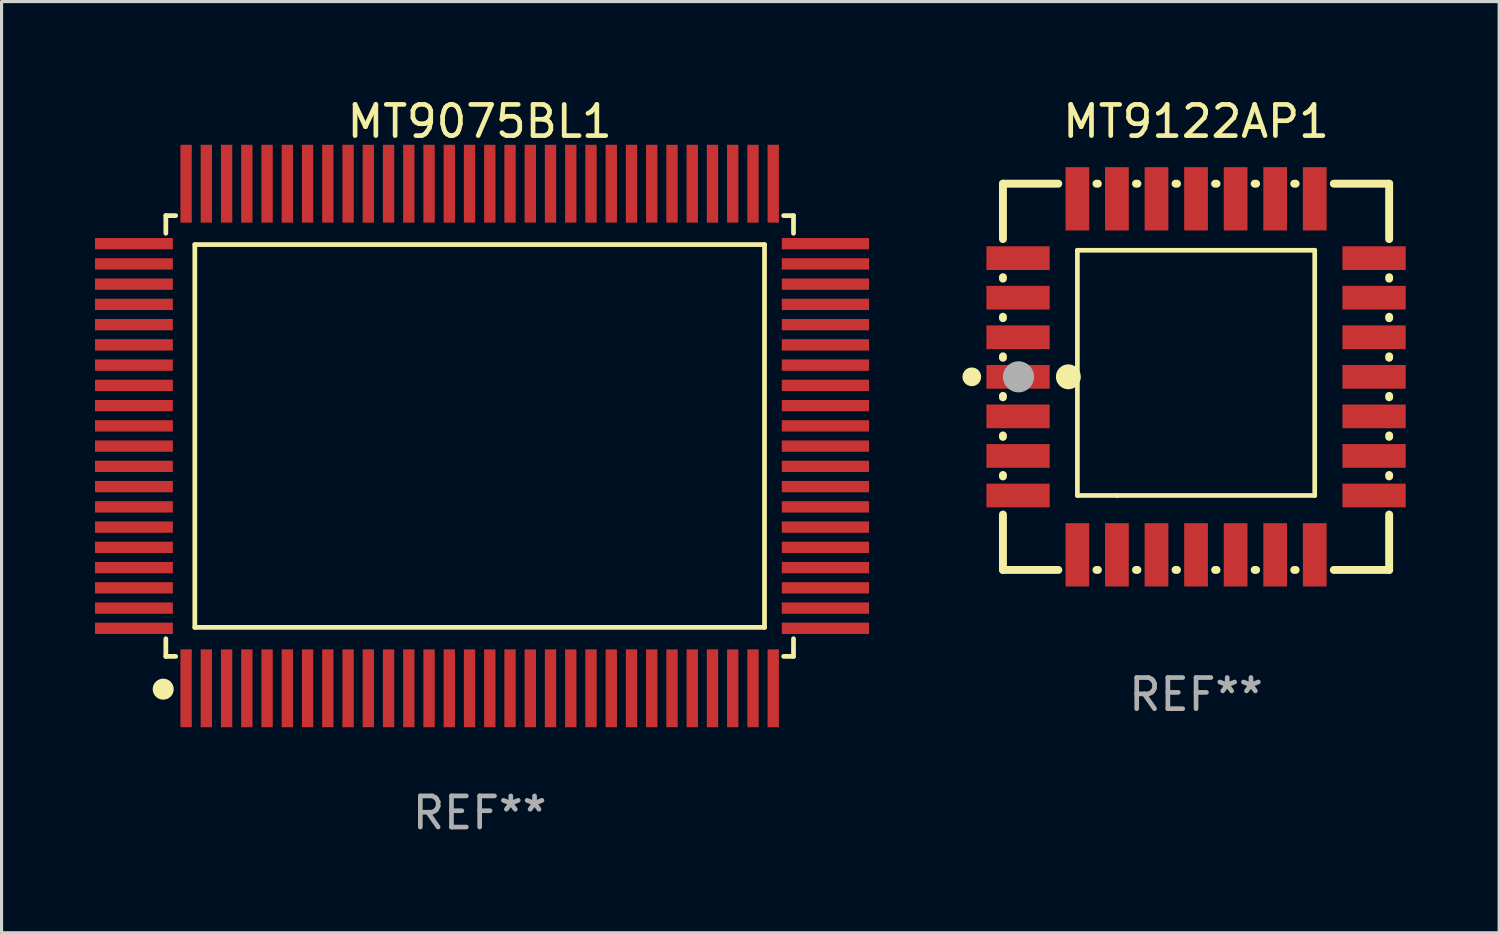
<source format=kicad_pcb>
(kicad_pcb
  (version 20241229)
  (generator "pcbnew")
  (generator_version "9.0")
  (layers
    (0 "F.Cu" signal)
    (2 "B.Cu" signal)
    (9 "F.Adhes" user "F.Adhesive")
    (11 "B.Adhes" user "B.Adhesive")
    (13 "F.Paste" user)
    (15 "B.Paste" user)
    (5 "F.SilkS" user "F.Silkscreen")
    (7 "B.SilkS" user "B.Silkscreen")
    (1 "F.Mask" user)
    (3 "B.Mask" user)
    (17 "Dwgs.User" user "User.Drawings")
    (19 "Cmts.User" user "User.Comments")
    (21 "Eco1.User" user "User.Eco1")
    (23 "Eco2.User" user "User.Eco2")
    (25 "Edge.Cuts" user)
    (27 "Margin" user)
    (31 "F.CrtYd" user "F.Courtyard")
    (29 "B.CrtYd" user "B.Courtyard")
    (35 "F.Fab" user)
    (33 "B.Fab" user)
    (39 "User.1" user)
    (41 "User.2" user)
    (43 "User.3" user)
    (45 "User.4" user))
  (footprint "MT9075BL1"
    (layer "F.Cu")
    (at 12.35 10.948)
    (property "Reference" "MT9075BL1" (at 0 -10.1 0) (layer "F.SilkS") (effects (font (size 1 1) (thickness 0.15))))
    (attr through_hole)
    (fp_line (start -10.076 -7.076) (end -10.076 -6.509) (stroke (width 0.152) (type solid)) (layer "F.SilkS"))
    (fp_line (start -10.076 7.076) (end -10.076 6.509) (stroke (width 0.152) (type solid)) (layer "F.SilkS"))
    (fp_line (start -9.759 -7.076) (end -10.076 -7.076) (stroke (width 0.152) (type solid)) (layer "F.SilkS"))
    (fp_line (start -9.759 7.076) (end -10.076 7.076) (stroke (width 0.152) (type solid)) (layer "F.SilkS"))
    (fp_line (start -9.145 -6.145) (end 9.145 -6.145) (stroke (width 0.152) (type solid)) (layer "F.SilkS"))
    (fp_line (start -9.145 6.145) (end -9.145 -6.145) (stroke (width 0.152) (type solid)) (layer "F.SilkS"))
    (fp_line (start 9.145 -6.145) (end 9.145 6.145) (stroke (width 0.152) (type solid)) (layer "F.SilkS"))
    (fp_line (start 9.145 6.145) (end -9.145 6.145) (stroke (width 0.152) (type solid)) (layer "F.SilkS"))
    (fp_line (start 9.759 -7.076) (end 10.076 -7.076) (stroke (width 0.152) (type solid)) (layer "F.SilkS"))
    (fp_line (start 9.759 7.076) (end 10.076 7.076) (stroke (width 0.152) (type solid)) (layer "F.SilkS"))
    (fp_line (start 10.076 -7.076) (end 10.076 -6.509) (stroke (width 0.152) (type solid)) (layer "F.SilkS"))
    (fp_line (start 10.076 7.076) (end 10.076 6.509) (stroke (width 0.152) (type solid)) (layer "F.SilkS"))
    (fp_circle (center -10.16 8.128) (end -9.991 8.128) (stroke (width 0.337) (type solid)) (fill no) (layer "F.SilkS"))
    (fp_text user "REF**" (at 0 12.1 0) (layer "F.Fab") (effects (font (size 1 1) (thickness 0.15))))
    (pad "1" smd rect (at -9.425 8.1) (size 0.364 2.5) (layers "F.Cu" "F.Mask" "F.Paste"))
    (pad "2" smd rect (at -8.775 8.1) (size 0.364 2.5) (layers "F.Cu" "F.Mask" "F.Paste"))
    (pad "3" smd rect (at -8.125 8.1) (size 0.364 2.5) (layers "F.Cu" "F.Mask" "F.Paste"))
    (pad "4" smd rect (at -7.475 8.1) (size 0.364 2.5) (layers "F.Cu" "F.Mask" "F.Paste"))
    (pad "5" smd rect (at -6.825 8.1) (size 0.364 2.5) (layers "F.Cu" "F.Mask" "F.Paste"))
    (pad "6" smd rect (at -6.175 8.1) (size 0.364 2.5) (layers "F.Cu" "F.Mask" "F.Paste"))
    (pad "7" smd rect (at -5.525 8.1) (size 0.364 2.5) (layers "F.Cu" "F.Mask" "F.Paste"))
    (pad "8" smd rect (at -4.875 8.1) (size 0.364 2.5) (layers "F.Cu" "F.Mask" "F.Paste"))
    (pad "9" smd rect (at -4.225 8.1) (size 0.364 2.5) (layers "F.Cu" "F.Mask" "F.Paste"))
    (pad "10" smd rect (at -3.575 8.1) (size 0.364 2.5) (layers "F.Cu" "F.Mask" "F.Paste"))
    (pad "11" smd rect (at -2.925 8.1) (size 0.364 2.5) (layers "F.Cu" "F.Mask" "F.Paste"))
    (pad "12" smd rect (at -2.275 8.1) (size 0.364 2.5) (layers "F.Cu" "F.Mask" "F.Paste"))
    (pad "13" smd rect (at -1.625 8.1) (size 0.364 2.5) (layers "F.Cu" "F.Mask" "F.Paste"))
    (pad "14" smd rect (at -0.975 8.1) (size 0.364 2.5) (layers "F.Cu" "F.Mask" "F.Paste"))
    (pad "15" smd rect (at -0.325 8.1) (size 0.364 2.5) (layers "F.Cu" "F.Mask" "F.Paste"))
    (pad "16" smd rect (at 0.325 8.1) (size 0.364 2.5) (layers "F.Cu" "F.Mask" "F.Paste"))
    (pad "17" smd rect (at 0.975 8.1) (size 0.364 2.5) (layers "F.Cu" "F.Mask" "F.Paste"))
    (pad "18" smd rect (at 1.625 8.1) (size 0.364 2.5) (layers "F.Cu" "F.Mask" "F.Paste"))
    (pad "19" smd rect (at 2.275 8.1) (size 0.364 2.5) (layers "F.Cu" "F.Mask" "F.Paste"))
    (pad "20" smd rect (at 2.925 8.1) (size 0.364 2.5) (layers "F.Cu" "F.Mask" "F.Paste"))
    (pad "21" smd rect (at 3.575 8.1) (size 0.364 2.5) (layers "F.Cu" "F.Mask" "F.Paste"))
    (pad "22" smd rect (at 4.225 8.1) (size 0.364 2.5) (layers "F.Cu" "F.Mask" "F.Paste"))
    (pad "23" smd rect (at 4.875 8.1) (size 0.364 2.5) (layers "F.Cu" "F.Mask" "F.Paste"))
    (pad "24" smd rect (at 5.525 8.1) (size 0.364 2.5) (layers "F.Cu" "F.Mask" "F.Paste"))
    (pad "25" smd rect (at 6.175 8.1) (size 0.364 2.5) (layers "F.Cu" "F.Mask" "F.Paste"))
    (pad "26" smd rect (at 6.825 8.1) (size 0.364 2.5) (layers "F.Cu" "F.Mask" "F.Paste"))
    (pad "27" smd rect (at 7.475 8.1) (size 0.364 2.5) (layers "F.Cu" "F.Mask" "F.Paste"))
    (pad "28" smd rect (at 8.125 8.1) (size 0.364 2.5) (layers "F.Cu" "F.Mask" "F.Paste"))
    (pad "29" smd rect (at 8.775 8.1) (size 0.364 2.5) (layers "F.Cu" "F.Mask" "F.Paste"))
    (pad "30" smd rect (at 9.425 8.1) (size 0.364 2.5) (layers "F.Cu" "F.Mask" "F.Paste"))
    (pad "31" smd rect (at 11.1 6.175) (size 2.8 0.364) (layers "F.Cu" "F.Mask" "F.Paste"))
    (pad "32" smd rect (at 11.1 5.525) (size 2.8 0.364) (layers "F.Cu" "F.Mask" "F.Paste"))
    (pad "33" smd rect (at 11.1 4.875) (size 2.8 0.364) (layers "F.Cu" "F.Mask" "F.Paste"))
    (pad "34" smd rect (at 11.1 4.225) (size 2.8 0.364) (layers "F.Cu" "F.Mask" "F.Paste"))
    (pad "35" smd rect (at 11.1 3.575) (size 2.8 0.364) (layers "F.Cu" "F.Mask" "F.Paste"))
    (pad "36" smd rect (at 11.1 2.925) (size 2.8 0.364) (layers "F.Cu" "F.Mask" "F.Paste"))
    (pad "37" smd rect (at 11.1 2.275) (size 2.8 0.364) (layers "F.Cu" "F.Mask" "F.Paste"))
    (pad "38" smd rect (at 11.1 1.625) (size 2.8 0.364) (layers "F.Cu" "F.Mask" "F.Paste"))
    (pad "39" smd rect (at 11.1 0.975) (size 2.8 0.364) (layers "F.Cu" "F.Mask" "F.Paste"))
    (pad "40" smd rect (at 11.1 0.325) (size 2.8 0.364) (layers "F.Cu" "F.Mask" "F.Paste"))
    (pad "41" smd rect (at 11.1 -0.325) (size 2.8 0.364) (layers "F.Cu" "F.Mask" "F.Paste"))
    (pad "42" smd rect (at 11.1 -0.975) (size 2.8 0.364) (layers "F.Cu" "F.Mask" "F.Paste"))
    (pad "43" smd rect (at 11.1 -1.625) (size 2.8 0.364) (layers "F.Cu" "F.Mask" "F.Paste"))
    (pad "44" smd rect (at 11.1 -2.275) (size 2.8 0.364) (layers "F.Cu" "F.Mask" "F.Paste"))
    (pad "45" smd rect (at 11.1 -2.925) (size 2.8 0.364) (layers "F.Cu" "F.Mask" "F.Paste"))
    (pad "46" smd rect (at 11.1 -3.575) (size 2.8 0.364) (layers "F.Cu" "F.Mask" "F.Paste"))
    (pad "47" smd rect (at 11.1 -4.225) (size 2.8 0.364) (layers "F.Cu" "F.Mask" "F.Paste"))
    (pad "48" smd rect (at 11.1 -4.875) (size 2.8 0.364) (layers "F.Cu" "F.Mask" "F.Paste"))
    (pad "49" smd rect (at 11.1 -5.525) (size 2.8 0.364) (layers "F.Cu" "F.Mask" "F.Paste"))
    (pad "50" smd rect (at 11.1 -6.175) (size 2.8 0.364) (layers "F.Cu" "F.Mask" "F.Paste"))
    (pad "51" smd rect (at 9.425 -8.1) (size 0.364 2.5) (layers "F.Cu" "F.Mask" "F.Paste"))
    (pad "52" smd rect (at 8.775 -8.1) (size 0.364 2.5) (layers "F.Cu" "F.Mask" "F.Paste"))
    (pad "53" smd rect (at 8.125 -8.1) (size 0.364 2.5) (layers "F.Cu" "F.Mask" "F.Paste"))
    (pad "54" smd rect (at 7.475 -8.1) (size 0.364 2.5) (layers "F.Cu" "F.Mask" "F.Paste"))
    (pad "55" smd rect (at 6.825 -8.1) (size 0.364 2.5) (layers "F.Cu" "F.Mask" "F.Paste"))
    (pad "56" smd rect (at 6.175 -8.1) (size 0.364 2.5) (layers "F.Cu" "F.Mask" "F.Paste"))
    (pad "57" smd rect (at 5.525 -8.1) (size 0.364 2.5) (layers "F.Cu" "F.Mask" "F.Paste"))
    (pad "58" smd rect (at 4.875 -8.1) (size 0.364 2.5) (layers "F.Cu" "F.Mask" "F.Paste"))
    (pad "59" smd rect (at 4.225 -8.1) (size 0.364 2.5) (layers "F.Cu" "F.Mask" "F.Paste"))
    (pad "60" smd rect (at 3.575 -8.1) (size 0.364 2.5) (layers "F.Cu" "F.Mask" "F.Paste"))
    (pad "61" smd rect (at 2.925 -8.1) (size 0.364 2.5) (layers "F.Cu" "F.Mask" "F.Paste"))
    (pad "62" smd rect (at 2.275 -8.1) (size 0.364 2.5) (layers "F.Cu" "F.Mask" "F.Paste"))
    (pad "63" smd rect (at 1.625 -8.1) (size 0.364 2.5) (layers "F.Cu" "F.Mask" "F.Paste"))
    (pad "64" smd rect (at 0.975 -8.1) (size 0.364 2.5) (layers "F.Cu" "F.Mask" "F.Paste"))
    (pad "65" smd rect (at 0.325 -8.1) (size 0.364 2.5) (layers "F.Cu" "F.Mask" "F.Paste"))
    (pad "66" smd rect (at -0.325 -8.1) (size 0.364 2.5) (layers "F.Cu" "F.Mask" "F.Paste"))
    (pad "67" smd rect (at -0.975 -8.1) (size 0.364 2.5) (layers "F.Cu" "F.Mask" "F.Paste"))
    (pad "68" smd rect (at -1.625 -8.1) (size 0.364 2.5) (layers "F.Cu" "F.Mask" "F.Paste"))
    (pad "69" smd rect (at -2.275 -8.1) (size 0.364 2.5) (layers "F.Cu" "F.Mask" "F.Paste"))
    (pad "70" smd rect (at -2.925 -8.1) (size 0.364 2.5) (layers "F.Cu" "F.Mask" "F.Paste"))
    (pad "71" smd rect (at -3.575 -8.1) (size 0.364 2.5) (layers "F.Cu" "F.Mask" "F.Paste"))
    (pad "72" smd rect (at -4.225 -8.1) (size 0.364 2.5) (layers "F.Cu" "F.Mask" "F.Paste"))
    (pad "73" smd rect (at -4.875 -8.1) (size 0.364 2.5) (layers "F.Cu" "F.Mask" "F.Paste"))
    (pad "74" smd rect (at -5.525 -8.1) (size 0.364 2.5) (layers "F.Cu" "F.Mask" "F.Paste"))
    (pad "75" smd rect (at -6.175 -8.1) (size 0.364 2.5) (layers "F.Cu" "F.Mask" "F.Paste"))
    (pad "76" smd rect (at -6.825 -8.1) (size 0.364 2.5) (layers "F.Cu" "F.Mask" "F.Paste"))
    (pad "77" smd rect (at -7.475 -8.1) (size 0.364 2.5) (layers "F.Cu" "F.Mask" "F.Paste"))
    (pad "78" smd rect (at -8.125 -8.1) (size 0.364 2.5) (layers "F.Cu" "F.Mask" "F.Paste"))
    (pad "79" smd rect (at -8.775 -8.1) (size 0.364 2.5) (layers "F.Cu" "F.Mask" "F.Paste"))
    (pad "80" smd rect (at -9.425 -8.1) (size 0.364 2.5) (layers "F.Cu" "F.Mask" "F.Paste"))
    (pad "81" smd rect (at -11.1 -6.175) (size 2.5 0.364) (layers "F.Cu" "F.Mask" "F.Paste"))
    (pad "82" smd rect (at -11.1 -5.525) (size 2.5 0.364) (layers "F.Cu" "F.Mask" "F.Paste"))
    (pad "83" smd rect (at -11.1 -4.875) (size 2.5 0.364) (layers "F.Cu" "F.Mask" "F.Paste"))
    (pad "84" smd rect (at -11.1 -4.225) (size 2.5 0.364) (layers "F.Cu" "F.Mask" "F.Paste"))
    (pad "85" smd rect (at -11.1 -3.575) (size 2.5 0.364) (layers "F.Cu" "F.Mask" "F.Paste"))
    (pad "86" smd rect (at -11.1 -2.925) (size 2.5 0.364) (layers "F.Cu" "F.Mask" "F.Paste"))
    (pad "87" smd rect (at -11.1 -2.275) (size 2.5 0.364) (layers "F.Cu" "F.Mask" "F.Paste"))
    (pad "88" smd rect (at -11.1 -1.625) (size 2.5 0.364) (layers "F.Cu" "F.Mask" "F.Paste"))
    (pad "89" smd rect (at -11.1 -0.975) (size 2.5 0.364) (layers "F.Cu" "F.Mask" "F.Paste"))
    (pad "90" smd rect (at -11.1 -0.325) (size 2.5 0.364) (layers "F.Cu" "F.Mask" "F.Paste"))
    (pad "91" smd rect (at -11.1 0.325) (size 2.5 0.364) (layers "F.Cu" "F.Mask" "F.Paste"))
    (pad "92" smd rect (at -11.1 0.975) (size 2.5 0.364) (layers "F.Cu" "F.Mask" "F.Paste"))
    (pad "93" smd rect (at -11.1 1.625) (size 2.5 0.364) (layers "F.Cu" "F.Mask" "F.Paste"))
    (pad "94" smd rect (at -11.1 2.275) (size 2.5 0.364) (layers "F.Cu" "F.Mask" "F.Paste"))
    (pad "95" smd rect (at -11.1 2.925) (size 2.5 0.364) (layers "F.Cu" "F.Mask" "F.Paste"))
    (pad "96" smd rect (at -11.1 3.575) (size 2.5 0.364) (layers "F.Cu" "F.Mask" "F.Paste"))
    (pad "97" smd rect (at -11.1 4.225) (size 2.5 0.364) (layers "F.Cu" "F.Mask" "F.Paste"))
    (pad "98" smd rect (at -11.1 4.875) (size 2.5 0.364) (layers "F.Cu" "F.Mask" "F.Paste"))
    (pad "99" smd rect (at -11.1 5.525) (size 2.5 0.364) (layers "F.Cu" "F.Mask" "F.Paste"))
    (pad "100" smd rect (at -11.1 6.175) (size 2.5 0.364) (layers "F.Cu" "F.Mask" "F.Paste")))
  (footprint "MT9122AP1"
    (layer "F.Cu")
    (at 35.35 9.048)
    (property "Reference" "MT9122AP1" (at 0 -8.2 0) (layer "F.SilkS") (effects (font (size 1 1) (thickness 0.15))))
    (attr through_hole)
    (fp_line (start -6.2 -6.2) (end -4.422 -6.2) (stroke (width 0.254) (type solid)) (layer "F.SilkS"))
    (fp_line (start -6.2 -4.422) (end -6.2 -6.2) (stroke (width 0.254) (type solid)) (layer "F.SilkS"))
    (fp_line (start -6.2 -3.152) (end -6.2 -3.198) (stroke (width 0.254) (type solid)) (layer "F.SilkS"))
    (fp_line (start -6.2 -1.882) (end -6.2 -1.928) (stroke (width 0.254) (type solid)) (layer "F.SilkS"))
    (fp_line (start -6.2 -0.612) (end -6.2 -0.658) (stroke (width 0.254) (type solid)) (layer "F.SilkS"))
    (fp_line (start -6.2 0.658) (end -6.2 0.612) (stroke (width 0.254) (type solid)) (layer "F.SilkS"))
    (fp_line (start -6.2 1.928) (end -6.2 1.882) (stroke (width 0.254) (type solid)) (layer "F.SilkS"))
    (fp_line (start -6.2 3.198) (end -6.2 3.152) (stroke (width 0.254) (type solid)) (layer "F.SilkS"))
    (fp_line (start -6.2 6.2) (end -6.2 4.422) (stroke (width 0.254) (type solid)) (layer "F.SilkS"))
    (fp_line (start -4.422 6.2) (end -6.2 6.2) (stroke (width 0.254) (type solid)) (layer "F.SilkS"))
    (fp_line (start -3.81 -4.064) (end 3.81 -4.064) (stroke (width 0.15) (type solid)) (layer "F.SilkS"))
    (fp_line (start -3.81 3.81) (end -3.81 -4.064) (stroke (width 0.15) (type solid)) (layer "F.SilkS"))
    (fp_line (start -3.198 -6.2) (end -3.152 -6.2) (stroke (width 0.254) (type solid)) (layer "F.SilkS"))
    (fp_line (start -3.152 6.2) (end -3.198 6.2) (stroke (width 0.254) (type solid)) (layer "F.SilkS"))
    (fp_line (start -2.54 3.81) (end -3.81 3.81) (stroke (width 0.15) (type solid)) (layer "F.SilkS"))
    (fp_line (start -1.928 -6.2) (end -1.882 -6.2) (stroke (width 0.254) (type solid)) (layer "F.SilkS"))
    (fp_line (start -1.882 6.2) (end -1.928 6.2) (stroke (width 0.254) (type solid)) (layer "F.SilkS"))
    (fp_line (start -0.658 -6.2) (end -0.612 -6.2) (stroke (width 0.254) (type solid)) (layer "F.SilkS"))
    (fp_line (start -0.612 6.2) (end -0.658 6.2) (stroke (width 0.254) (type solid)) (layer "F.SilkS"))
    (fp_line (start 0.612 -6.2) (end 0.658 -6.2) (stroke (width 0.254) (type solid)) (layer "F.SilkS"))
    (fp_line (start 0.658 6.2) (end 0.612 6.2) (stroke (width 0.254) (type solid)) (layer "F.SilkS"))
    (fp_line (start 1.882 -6.2) (end 1.928 -6.2) (stroke (width 0.254) (type solid)) (layer "F.SilkS"))
    (fp_line (start 1.928 6.2) (end 1.882 6.2) (stroke (width 0.254) (type solid)) (layer "F.SilkS"))
    (fp_line (start 3.152 -6.2) (end 3.198 -6.2) (stroke (width 0.254) (type solid)) (layer "F.SilkS"))
    (fp_line (start 3.198 6.2) (end 3.152 6.2) (stroke (width 0.254) (type solid)) (layer "F.SilkS"))
    (fp_line (start 3.81 -4.064) (end 3.81 3.81) (stroke (width 0.15) (type solid)) (layer "F.SilkS"))
    (fp_line (start 3.81 3.81) (end -2.54 3.81) (stroke (width 0.15) (type solid)) (layer "F.SilkS"))
    (fp_line (start 4.422 -6.2) (end 6.2 -6.2) (stroke (width 0.254) (type solid)) (layer "F.SilkS"))
    (fp_line (start 6.2 -6.2) (end 6.2 -4.422) (stroke (width 0.254) (type solid)) (layer "F.SilkS"))
    (fp_line (start 6.2 -3.198) (end 6.2 -3.152) (stroke (width 0.254) (type solid)) (layer "F.SilkS"))
    (fp_line (start 6.2 -1.928) (end 6.2 -1.882) (stroke (width 0.254) (type solid)) (layer "F.SilkS"))
    (fp_line (start 6.2 -0.658) (end 6.2 -0.612) (stroke (width 0.254) (type solid)) (layer "F.SilkS"))
    (fp_line (start 6.2 0.612) (end 6.2 0.658) (stroke (width 0.254) (type solid)) (layer "F.SilkS"))
    (fp_line (start 6.2 1.882) (end 6.2 1.928) (stroke (width 0.254) (type solid)) (layer "F.SilkS"))
    (fp_line (start 6.2 3.152) (end 6.2 3.198) (stroke (width 0.254) (type solid)) (layer "F.SilkS"))
    (fp_line (start 6.2 4.422) (end 6.2 6.2) (stroke (width 0.254) (type solid)) (layer "F.SilkS"))
    (fp_line (start 6.2 6.2) (end 4.422 6.2) (stroke (width 0.254) (type solid)) (layer "F.SilkS"))
    (fp_circle (center -7.2 0) (end -7.05 0) (stroke (width 0.3) (type solid)) (fill no) (layer "F.SilkS"))
    (fp_circle (center -6.223 6.223) (end -6.193 6.223) (stroke (width 0.06) (type solid)) (fill no) (layer "F.SilkS"))
    (fp_circle (center -4.1 0) (end -3.9 0) (stroke (width 0.4) (type solid)) (fill no) (layer "F.SilkS"))
    (fp_circle (center -5.7 0) (end -5.45 0) (stroke (width 0.5) (type solid)) (fill no) (layer "F.Fab"))
    (fp_text user "REF**" (at 0 10.2 0) (layer "F.Fab") (effects (font (size 1 1) (thickness 0.15))))
    (pad "1" smd rect (at -5.715 0) (size 2.032 0.762) (layers "F.Cu" "F.Mask" "F.Paste"))
    (pad "2" smd rect (at -5.715 1.27) (size 2.032 0.762) (layers "F.Cu" "F.Mask" "F.Paste"))
    (pad "3" smd rect (at -5.715 2.54) (size 2.032 0.762) (layers "F.Cu" "F.Mask" "F.Paste"))
    (pad "4" smd rect (at -5.715 3.81) (size 2.032 0.762) (layers "F.Cu" "F.Mask" "F.Paste"))
    (pad "5" smd rect (at -3.81 5.715) (size 0.762 2.032) (layers "F.Cu" "F.Mask" "F.Paste"))
    (pad "6" smd rect (at -2.54 5.715) (size 0.762 2.032) (layers "F.Cu" "F.Mask" "F.Paste"))
    (pad "7" smd rect (at -1.27 5.715) (size 0.762 2.032) (layers "F.Cu" "F.Mask" "F.Paste"))
    (pad "8" smd rect (at 0 5.715) (size 0.762 2.032) (layers "F.Cu" "F.Mask" "F.Paste"))
    (pad "9" smd rect (at 1.27 5.715) (size 0.762 2.032) (layers "F.Cu" "F.Mask" "F.Paste"))
    (pad "10" smd rect (at 2.54 5.715) (size 0.762 2.032) (layers "F.Cu" "F.Mask" "F.Paste"))
    (pad "11" smd rect (at 3.81 5.715) (size 0.762 2.032) (layers "F.Cu" "F.Mask" "F.Paste"))
    (pad "12" smd rect (at 5.715 3.81) (size 2.032 0.762) (layers "F.Cu" "F.Mask" "F.Paste"))
    (pad "13" smd rect (at 5.715 2.54) (size 2.032 0.762) (layers "F.Cu" "F.Mask" "F.Paste"))
    (pad "14" smd rect (at 5.715 1.27) (size 2.032 0.762) (layers "F.Cu" "F.Mask" "F.Paste"))
    (pad "15" smd rect (at 5.715 0) (size 2.032 0.762) (layers "F.Cu" "F.Mask" "F.Paste"))
    (pad "16" smd rect (at 5.715 -1.27) (size 2.032 0.762) (layers "F.Cu" "F.Mask" "F.Paste"))
    (pad "17" smd rect (at 5.715 -2.54) (size 2.032 0.762) (layers "F.Cu" "F.Mask" "F.Paste"))
    (pad "18" smd rect (at 5.715 -3.81) (size 2.032 0.762) (layers "F.Cu" "F.Mask" "F.Paste"))
    (pad "19" smd rect (at 3.81 -5.715) (size 0.762 2.032) (layers "F.Cu" "F.Mask" "F.Paste"))
    (pad "20" smd rect (at 2.54 -5.715) (size 0.762 2.032) (layers "F.Cu" "F.Mask" "F.Paste"))
    (pad "21" smd rect (at 1.27 -5.715) (size 0.762 2.032) (layers "F.Cu" "F.Mask" "F.Paste"))
    (pad "22" smd rect (at 0 -5.715) (size 0.762 2.032) (layers "F.Cu" "F.Mask" "F.Paste"))
    (pad "23" smd rect (at -1.27 -5.715) (size 0.762 2.032) (layers "F.Cu" "F.Mask" "F.Paste"))
    (pad "24" smd rect (at -2.54 -5.715) (size 0.762 2.032) (layers "F.Cu" "F.Mask" "F.Paste"))
    (pad "25" smd rect (at -3.81 -5.715) (size 0.762 2.032) (layers "F.Cu" "F.Mask" "F.Paste"))
    (pad "26" smd rect (at -5.715 -3.81) (size 2.032 0.762) (layers "F.Cu" "F.Mask" "F.Paste"))
    (pad "27" smd rect (at -5.715 -2.54) (size 2.032 0.762) (layers "F.Cu" "F.Mask" "F.Paste"))
    (pad "28" smd rect (at -5.715 -1.27) (size 2.032 0.762) (layers "F.Cu" "F.Mask" "F.Paste")))
  (gr_rect
    (start -3 -3)
    (end 45.081 26.897)
    (stroke (width 0.1) (type default))
    (fill no)
    (layer "Edge.Cuts")))
</source>
